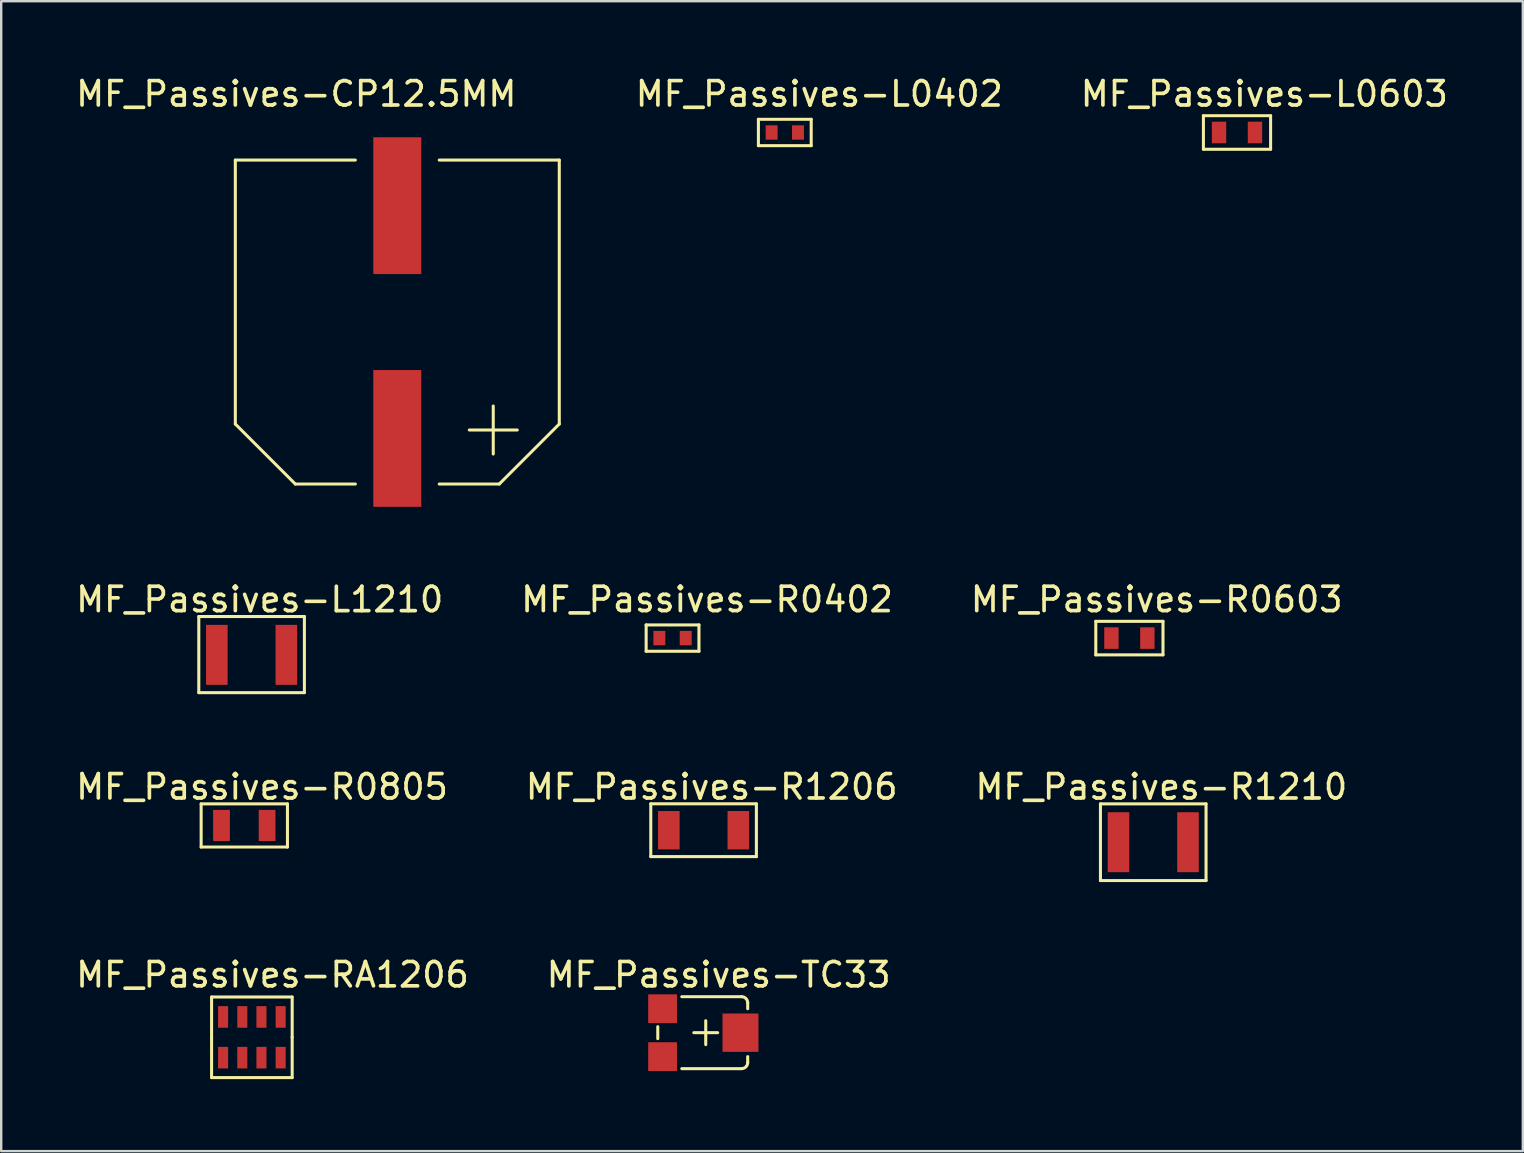
<source format=kicad_pcb>
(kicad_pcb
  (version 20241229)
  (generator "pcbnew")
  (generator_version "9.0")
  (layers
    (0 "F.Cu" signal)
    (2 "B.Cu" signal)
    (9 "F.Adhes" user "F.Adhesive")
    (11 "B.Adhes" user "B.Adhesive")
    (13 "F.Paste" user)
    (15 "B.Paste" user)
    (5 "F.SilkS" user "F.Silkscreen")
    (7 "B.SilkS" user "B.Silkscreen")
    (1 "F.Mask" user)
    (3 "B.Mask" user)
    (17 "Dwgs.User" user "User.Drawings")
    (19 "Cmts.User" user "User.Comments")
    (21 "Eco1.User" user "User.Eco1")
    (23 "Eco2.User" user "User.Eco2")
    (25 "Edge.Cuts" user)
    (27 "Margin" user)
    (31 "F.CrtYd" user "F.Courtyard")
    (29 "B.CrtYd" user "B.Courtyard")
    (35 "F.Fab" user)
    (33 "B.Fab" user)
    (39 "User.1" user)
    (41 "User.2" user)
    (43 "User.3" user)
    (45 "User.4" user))
  (footprint "MF_Passives-R1206"
    (layer "F.Cu")
    (at 26.266 31.542)
    (property "Reference" "MF_Passives-R1206" (at 0.338 -1.806 0) (layer "F.SilkS") (effects (font (size 1.016 1.016) (thickness 0.152))))
    (attr smd)
    (fp_line (start -2.2 -1.1) (end -2.2 1.1) (stroke (width 0.127) (type solid)) (layer "F.SilkS"))
    (fp_line (start -2.2 1.1) (end 2.2 1.1) (stroke (width 0.127) (type solid)) (layer "F.SilkS"))
    (fp_line (start 2.2 -1.1) (end -2.2 -1.1) (stroke (width 0.127) (type solid)) (layer "F.SilkS"))
    (fp_line (start 2.2 1.1) (end 2.2 -1.1) (stroke (width 0.127) (type solid)) (layer "F.SilkS"))
    (pad "P$1" smd rect (at -1.448 0 180) (size 0.899 1.598) (layers "F.Cu" "F.Mask" "F.Paste"))
    (pad "P$2" smd rect (at 1.448 0 180) (size 0.899 1.598) (layers "F.Cu" "F.Mask" "F.Paste")))
  (footprint "MF_Passives-R0805"
    (layer "F.Cu")
    (at 7.129 31.344)
    (property "Reference" "MF_Passives-R0805" (at 0.739 -1.608 0) (layer "F.SilkS") (effects (font (size 1.016 1.016) (thickness 0.152))))
    (attr smd)
    (fp_line (start -1.798 -0.899) (end -1.798 0.899) (stroke (width 0.127) (type solid)) (layer "F.SilkS"))
    (fp_line (start -1.798 0.899) (end 1.798 0.899) (stroke (width 0.127) (type solid)) (layer "F.SilkS"))
    (fp_line (start 1.798 -0.899) (end -1.798 -0.899) (stroke (width 0.127) (type solid)) (layer "F.SilkS"))
    (fp_line (start 1.798 0.899) (end 1.798 -0.899) (stroke (width 0.127) (type solid)) (layer "F.SilkS"))
    (pad "1" smd rect (at -0.95 0 180) (size 0.699 1.298) (layers "F.Cu" "F.Mask" "F.Paste"))
    (pad "2" smd rect (at 0.95 0 180) (size 0.699 1.298) (layers "F.Cu" "F.Mask" "F.Paste")))
  (footprint "MF_Passives-L0402"
    (layer "F.Cu")
    (at 29.65 2.47)
    (property "Reference" "MF_Passives-L0402" (at 1.438 -1.608 0) (layer "F.SilkS") (effects (font (size 1.016 1.016) (thickness 0.152))))
    (attr smd)
    (fp_line (start -1.1 -0.549) (end -1.1 0.549) (stroke (width 0.127) (type solid)) (layer "F.SilkS"))
    (fp_line (start -1.1 0.549) (end 1.1 0.549) (stroke (width 0.127) (type solid)) (layer "F.SilkS"))
    (fp_line (start 1.1 -0.549) (end -1.1 -0.549) (stroke (width 0.127) (type solid)) (layer "F.SilkS"))
    (fp_line (start 1.1 0.549) (end 1.1 -0.549) (stroke (width 0.127) (type solid)) (layer "F.SilkS"))
    (pad "1" smd rect (at -0.549 0 180) (size 0.498 0.599) (layers "F.Cu" "F.Mask" "F.Paste"))
    (pad "2" smd rect (at 0.549 0 180) (size 0.498 0.599) (layers "F.Cu" "F.Mask" "F.Paste")))
  (footprint "MF_Passives-R0603"
    (layer "F.Cu")
    (at 44.008 23.537)
    (property "Reference" "MF_Passives-R0603" (at 1.138 -1.608 0) (layer "F.SilkS") (effects (font (size 1.016 1.016) (thickness 0.152))))
    (attr smd)
    (fp_line (start -1.4 -0.699) (end -1.4 0.699) (stroke (width 0.127) (type solid)) (layer "F.SilkS"))
    (fp_line (start -1.4 0.699) (end 1.4 0.699) (stroke (width 0.127) (type solid)) (layer "F.SilkS"))
    (fp_line (start 1.4 -0.699) (end -1.4 -0.699) (stroke (width 0.127) (type solid)) (layer "F.SilkS"))
    (fp_line (start 1.4 0.699) (end 1.4 -0.699) (stroke (width 0.127) (type solid)) (layer "F.SilkS"))
    (pad "1" smd rect (at -0.749 0 180) (size 0.599 0.899) (layers "F.Cu" "F.Mask" "F.Paste"))
    (pad "2" smd rect (at 0.749 0 180) (size 0.599 0.899) (layers "F.Cu" "F.Mask" "F.Paste")))
  (footprint "MF_Passives-R1210"
    (layer "F.Cu")
    (at 45.002 32.042)
    (property "Reference" "MF_Passives-R1210" (at 0.338 -2.306 0) (layer "F.SilkS") (effects (font (size 1.016 1.016) (thickness 0.152))))
    (attr smd)
    (fp_line (start -2.2 -1.598) (end -2.2 1.598) (stroke (width 0.127) (type solid)) (layer "F.SilkS"))
    (fp_line (start -2.2 1.598) (end 2.2 1.598) (stroke (width 0.127) (type solid)) (layer "F.SilkS"))
    (fp_line (start 2.2 -1.598) (end -2.2 -1.598) (stroke (width 0.127) (type solid)) (layer "F.SilkS"))
    (fp_line (start 2.2 1.598) (end 2.2 -1.598) (stroke (width 0.127) (type solid)) (layer "F.SilkS"))
    (pad "1" smd rect (at -1.448 0 180) (size 0.899 2.499) (layers "F.Cu" "F.Mask" "F.Paste"))
    (pad "2" smd rect (at 1.448 0 180) (size 0.899 2.499) (layers "F.Cu" "F.Mask" "F.Paste")))
  (footprint "MF_Passives-CP12.5MM"
    (layer "F.Cu")
    (at 13.504 10.369)
    (property "Reference" "MF_Passives-CP12.5MM" (at -4.209 -9.507 0) (layer "F.SilkS") (effects (font (size 1.016 1.016) (thickness 0.152))))
    (attr smd)
    (fp_line (start -6.749 -6.749) (end -6.749 4.249) (stroke (width 0.127) (type solid)) (layer "F.SilkS"))
    (fp_line (start -6.749 4.249) (end -4.249 6.749) (stroke (width 0.127) (type solid)) (layer "F.SilkS"))
    (fp_line (start -4.249 6.749) (end -1.748 6.749) (stroke (width 0.127) (type solid)) (layer "F.SilkS"))
    (fp_line (start -1.748 -6.749) (end -6.749 -6.749) (stroke (width 0.127) (type solid)) (layer "F.SilkS"))
    (fp_line (start 1.748 -6.749) (end 6.749 -6.749) (stroke (width 0.127) (type solid)) (layer "F.SilkS"))
    (fp_line (start 3.998 3.498) (end 3.998 5.499) (stroke (width 0.127) (type solid)) (layer "F.SilkS"))
    (fp_line (start 4.249 6.749) (end 1.748 6.749) (stroke (width 0.127) (type solid)) (layer "F.SilkS"))
    (fp_line (start 4.999 4.498) (end 3 4.498) (stroke (width 0.127) (type solid)) (layer "F.SilkS"))
    (fp_line (start 6.749 -6.749) (end 6.749 4.249) (stroke (width 0.127) (type solid)) (layer "F.SilkS"))
    (fp_line (start 6.749 4.249) (end 4.249 6.749) (stroke (width 0.127) (type solid)) (layer "F.SilkS"))
    (pad "P$1" smd rect (at 0 4.849 90) (size 5.7 1.999) (layers "F.Cu" "F.Mask" "F.Paste"))
    (pad "P$2" smd rect (at 0 -4.849 90) (size 5.7 1.999) (layers "F.Cu" "F.Mask" "F.Paste")))
  (footprint "MF_Passives-RA1206"
    (layer "F.Cu")
    (at 7.445 40.171)
    (property "Reference" "MF_Passives-RA1206" (at 0.859 -2.606 0) (layer "F.SilkS") (effects (font (size 1.016 1.016) (thickness 0.152))))
    (attr smd)
    (fp_line (start -1.679 -1.679) (end 1.679 -1.679) (stroke (width 0.127) (type solid)) (layer "F.SilkS"))
    (fp_line (start -1.679 0) (end -1.679 -1.679) (stroke (width 0.127) (type solid)) (layer "F.SilkS"))
    (fp_line (start -1.679 1.679) (end -1.679 0) (stroke (width 0.127) (type solid)) (layer "F.SilkS"))
    (fp_line (start 1.679 -1.679) (end 1.679 0) (stroke (width 0.127) (type solid)) (layer "F.SilkS"))
    (fp_line (start 1.679 0) (end 1.679 1.679) (stroke (width 0.127) (type solid)) (layer "F.SilkS"))
    (fp_line (start 1.679 1.679) (end -1.679 1.679) (stroke (width 0.127) (type solid)) (layer "F.SilkS"))
    (pad "P$1" smd rect (at -1.199 0.848) (size 0.419 0.899) (layers "F.Cu" "F.Mask" "F.Paste"))
    (pad "P$2" smd rect (at -0.399 0.848) (size 0.419 0.899) (layers "F.Cu" "F.Mask" "F.Paste"))
    (pad "P$3" smd rect (at 0.399 0.848) (size 0.419 0.899) (layers "F.Cu" "F.Mask" "F.Paste"))
    (pad "P$4" smd rect (at 1.199 0.848) (size 0.419 0.899) (layers "F.Cu" "F.Mask" "F.Paste"))
    (pad "P$5" smd rect (at 1.199 -0.848) (size 0.419 0.899) (layers "F.Cu" "F.Mask" "F.Paste"))
    (pad "P$6" smd rect (at 0.399 -0.848) (size 0.419 0.899) (layers "F.Cu" "F.Mask" "F.Paste"))
    (pad "P$7" smd rect (at -0.399 -0.848) (size 0.419 0.899) (layers "F.Cu" "F.Mask" "F.Paste"))
    (pad "P$8" smd rect (at -1.199 -0.848) (size 0.419 0.899) (layers "F.Cu" "F.Mask" "F.Paste")))
  (footprint "MF_Passives-TC33"
    (layer "F.Cu")
    (at 26.356 39.978)
    (property "Reference" "MF_Passives-TC33" (at 0.538 -2.413 0) (layer "F.SilkS") (effects (font (size 1.016 1.016) (thickness 0.152))))
    (attr smd)
    (fp_line (start -1.999 0.249) (end -1.999 -0.249) (stroke (width 0.127) (type solid)) (layer "F.SilkS"))
    (fp_line (start -0.998 -1.499) (end 1.494 -1.499) (stroke (width 0.127) (type solid)) (layer "F.SilkS"))
    (fp_line (start 0 -0.498) (end 0 0.498) (stroke (width 0.127) (type solid)) (layer "F.SilkS"))
    (fp_line (start 0.498 0) (end -0.498 0) (stroke (width 0.127) (type solid)) (layer "F.SilkS"))
    (fp_line (start 1.494 1.499) (end -0.998 1.499) (stroke (width 0.127) (type solid)) (layer "F.SilkS"))
    (fp_line (start 1.748 -1.245) (end 1.748 -0.998) (stroke (width 0.127) (type solid)) (layer "F.SilkS"))
    (fp_line (start 1.748 0.998) (end 1.748 1.245) (stroke (width 0.127) (type solid)) (layer "F.SilkS"))
    (fp_arc (start 1.49352 -1.4986) (mid 1.673125 -1.424205) (end 1.74752 -1.2446) (stroke (width 0.127) (type solid)) (layer "F.SilkS"))
    (fp_arc (start 1.74752 1.2446) (mid 1.673125 1.424205) (end 1.49352 1.4986) (stroke (width 0.127) (type solid)) (layer "F.SilkS"))
    (pad "1" smd rect (at -1.798 -0.998 270) (size 1.199 1.199) (layers "F.Cu" "F.Mask" "F.Paste"))
    (pad "2" smd rect (at 1.448 0 270) (size 1.598 1.499) (layers "F.Cu" "F.Mask" "F.Paste"))
    (pad "3" smd rect (at -1.798 0.998 270) (size 1.199 1.199) (layers "F.Cu" "F.Mask" "F.Paste")))
  (footprint "MF_Passives-L0603"
    (layer "F.Cu")
    (at 48.492 2.47)
    (property "Reference" "MF_Passives-L0603" (at 1.138 -1.608 0) (layer "F.SilkS") (effects (font (size 1.016 1.016) (thickness 0.152))))
    (attr smd)
    (fp_line (start -1.4 -0.699) (end -1.4 0.699) (stroke (width 0.127) (type solid)) (layer "F.SilkS"))
    (fp_line (start -1.4 0.699) (end 1.4 0.699) (stroke (width 0.127) (type solid)) (layer "F.SilkS"))
    (fp_line (start 1.4 -0.699) (end -1.4 -0.699) (stroke (width 0.127) (type solid)) (layer "F.SilkS"))
    (fp_line (start 1.4 0.699) (end 1.4 -0.699) (stroke (width 0.127) (type solid)) (layer "F.SilkS"))
    (pad "1" smd rect (at -0.749 0 180) (size 0.599 0.899) (layers "F.Cu" "F.Mask" "F.Paste"))
    (pad "2" smd rect (at 0.749 0 180) (size 0.599 0.899) (layers "F.Cu" "F.Mask" "F.Paste")))
  (footprint "MF_Passives-R0402"
    (layer "F.Cu")
    (at 24.973 23.537)
    (property "Reference" "MF_Passives-R0402" (at 1.438 -1.608 0) (layer "F.SilkS") (effects (font (size 1.016 1.016) (thickness 0.152))))
    (attr smd)
    (fp_line (start -1.1 -0.549) (end -1.1 0.549) (stroke (width 0.127) (type solid)) (layer "F.SilkS"))
    (fp_line (start -1.1 0.549) (end 1.1 0.549) (stroke (width 0.127) (type solid)) (layer "F.SilkS"))
    (fp_line (start 1.1 -0.549) (end -1.1 -0.549) (stroke (width 0.127) (type solid)) (layer "F.SilkS"))
    (fp_line (start 1.1 0.549) (end 1.1 -0.549) (stroke (width 0.127) (type solid)) (layer "F.SilkS"))
    (pad "P$1" smd rect (at -0.549 0 180) (size 0.498 0.599) (layers "F.Cu" "F.Mask" "F.Paste"))
    (pad "P$2" smd rect (at 0.549 0 180) (size 0.498 0.599) (layers "F.Cu" "F.Mask" "F.Paste")))
  (footprint "MF_Passives-L1210"
    (layer "F.Cu")
    (at 7.433 24.236)
    (property "Reference" "MF_Passives-L1210" (at 0.338 -2.306 0) (layer "F.SilkS") (effects (font (size 1.016 1.016) (thickness 0.152))))
    (attr smd)
    (fp_line (start -2.2 -1.598) (end -2.2 1.575) (stroke (width 0.127) (type solid)) (layer "F.SilkS"))
    (fp_line (start -2.2 1.575) (end 2.2 1.575) (stroke (width 0.127) (type solid)) (layer "F.SilkS"))
    (fp_line (start 2.2 -1.598) (end -2.2 -1.598) (stroke (width 0.127) (type solid)) (layer "F.SilkS"))
    (fp_line (start 2.2 1.575) (end 2.2 -1.598) (stroke (width 0.127) (type solid)) (layer "F.SilkS"))
    (pad "P$1" smd rect (at -1.448 0 180) (size 0.899 2.499) (layers "F.Cu" "F.Mask" "F.Paste"))
    (pad "P$2" smd rect (at 1.448 0 180) (size 0.899 2.499) (layers "F.Cu" "F.Mask" "F.Paste")))
  (gr_rect
    (start -3 -3)
    (end 60.401 44.914)
    (stroke (width 0.1) (type default))
    (fill no)
    (layer "Edge.Cuts")))
</source>
